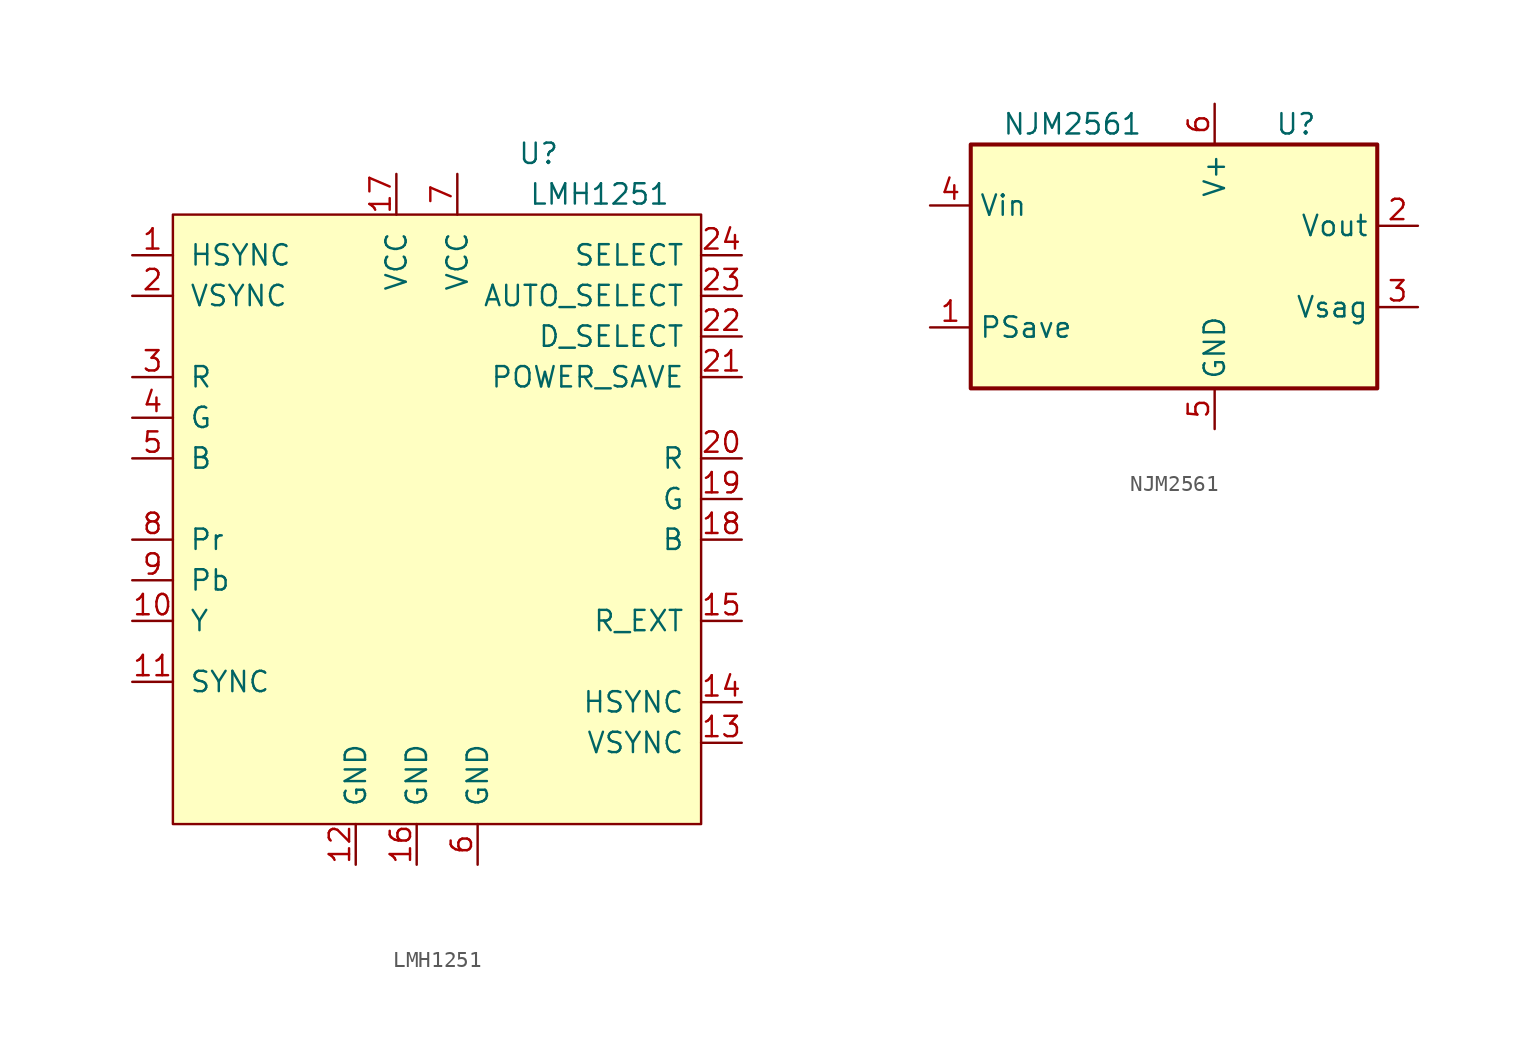
<source format=kicad_sym>
(kicad_symbol_lib
  (version 20220914)
  (generator kicad_symbol_editor)
  (symbol "LMH1251"
    (pin_names
      (offset 1.016))
    (property "Reference" "U"
      (at 6.35 11.43 0)
      (effects (font (size 1.27 1.27))))
    (property "Value" "LMH1251"
      (at 10.16 8.89 0)
      (effects (font (size 1.27 1.27))))
    (symbol "LMH1251_0_1"
      (rectangle (start -16.51 7.62) (end 16.51 -30.48) (stroke (width 0) (type default)) (fill (type background))))
    (symbol "LMH1251_1_1"
      (pin input line (at -19.05 5.08 0) (length 2.54) (name "HSYNC" (effects (font (size 1.27 1.27)))) (number "1" (effects (font (size 1.27 1.27)))))
      (pin input line (at -19.05 -17.78 0) (length 2.54) (name "Y" (effects (font (size 1.27 1.27)))) (number "10" (effects (font (size 1.27 1.27)))))
      (pin input line (at -19.05 -21.59 0) (length 2.54) (name "SYNC" (effects (font (size 1.27 1.27)))) (number "11" (effects (font (size 1.27 1.27)))))
      (pin power_in line (at -5.08 -33.02 90) (length 2.54) (name "GND" (effects (font (size 1.27 1.27)))) (number "12" (effects (font (size 1.27 1.27)))))
      (pin output line (at 19.05 -25.4 180) (length 2.54) (name "VSYNC" (effects (font (size 1.27 1.27)))) (number "13" (effects (font (size 1.27 1.27)))))
      (pin output line (at 19.05 -22.86 180) (length 2.54) (name "HSYNC" (effects (font (size 1.27 1.27)))) (number "14" (effects (font (size 1.27 1.27)))))
      (pin output line (at 19.05 -17.78 180) (length 2.54) (name "R_EXT" (effects (font (size 1.27 1.27)))) (number "15" (effects (font (size 1.27 1.27)))))
      (pin power_in line (at -1.27 -33.02 90) (length 2.54) (name "GND" (effects (font (size 1.27 1.27)))) (number "16" (effects (font (size 1.27 1.27)))))
      (pin power_in line (at -2.54 10.16 270) (length 2.54) (name "VCC" (effects (font (size 1.27 1.27)))) (number "17" (effects (font (size 1.27 1.27)))))
      (pin output line (at 19.05 -12.7 180) (length 2.54) (name "B" (effects (font (size 1.27 1.27)))) (number "18" (effects (font (size 1.27 1.27)))))
      (pin output line (at 19.05 -10.16 180) (length 2.54) (name "G" (effects (font (size 1.27 1.27)))) (number "19" (effects (font (size 1.27 1.27)))))
      (pin input line (at -19.05 2.54 0) (length 2.54) (name "VSYNC" (effects (font (size 1.27 1.27)))) (number "2" (effects (font (size 1.27 1.27)))))
      (pin output line (at 19.05 -7.62 180) (length 2.54) (name "R" (effects (font (size 1.27 1.27)))) (number "20" (effects (font (size 1.27 1.27)))))
      (pin input line (at 19.05 -2.54 180) (length 2.54) (name "POWER_SAVE" (effects (font (size 1.27 1.27)))) (number "21" (effects (font (size 1.27 1.27)))))
      (pin input line (at 19.05 0 180) (length 2.54) (name "D_SELECT" (effects (font (size 1.27 1.27)))) (number "22" (effects (font (size 1.27 1.27)))))
      (pin input line (at 19.05 2.54 180) (length 2.54) (name "AUTO_SELECT" (effects (font (size 1.27 1.27)))) (number "23" (effects (font (size 1.27 1.27)))))
      (pin input line (at 19.05 5.08 180) (length 2.54) (name "SELECT" (effects (font (size 1.27 1.27)))) (number "24" (effects (font (size 1.27 1.27)))))
      (pin input line (at -19.05 -2.54 0) (length 2.54) (name "R" (effects (font (size 1.27 1.27)))) (number "3" (effects (font (size 1.27 1.27)))))
      (pin input line (at -19.05 -5.08 0) (length 2.54) (name "G" (effects (font (size 1.27 1.27)))) (number "4" (effects (font (size 1.27 1.27)))))
      (pin input line (at -19.05 -7.62 0) (length 2.54) (name "B" (effects (font (size 1.27 1.27)))) (number "5" (effects (font (size 1.27 1.27)))))
      (pin power_in line (at 2.54 -33.02 90) (length 2.54) (name "GND" (effects (font (size 1.27 1.27)))) (number "6" (effects (font (size 1.27 1.27)))))
      (pin power_in line (at 1.27 10.16 270) (length 2.54) (name "VCC" (effects (font (size 1.27 1.27)))) (number "7" (effects (font (size 1.27 1.27)))))
      (pin input line (at -19.05 -12.7 0) (length 2.54) (name "Pr" (effects (font (size 1.27 1.27)))) (number "8" (effects (font (size 1.27 1.27)))))
      (pin input line (at -19.05 -15.24 0) (length 2.54) (name "Pb" (effects (font (size 1.27 1.27)))) (number "9" (effects (font (size 1.27 1.27)))))))
  (symbol "NJM2561"
    (property "Reference" "U"
      (at 7.62 8.89 0)
      (effects (font (size 1.27 1.27))))
    (property "Value" "NJM2561"
      (at -6.35 8.89 0)
      (effects (font (size 1.27 1.27))))
    (symbol "NJM2561_0_0"
      (rectangle (start -12.7 7.62) (end 12.7 -7.62) (stroke (width 0.254) (type default)) (fill (type background))))
    (symbol "NJM2561_1_1"
      (pin input line (at -15.24 -3.81 0) (length 2.54) (name "PSave" (effects (font (size 1.27 1.27)))) (number "1" (effects (font (size 1.27 1.27)))))
      (pin output line (at 15.24 2.54 180) (length 2.54) (name "Vout" (effects (font (size 1.27 1.27)))) (number "2" (effects (font (size 1.27 1.27)))))
      (pin output line (at 15.24 -2.54 180) (length 2.54) (name "Vsag" (effects (font (size 1.27 1.27)))) (number "3" (effects (font (size 1.27 1.27)))))
      (pin input line (at -15.24 3.81 0) (length 2.54) (name "Vin" (effects (font (size 1.27 1.27)))) (number "4" (effects (font (size 1.27 1.27)))))
      (pin power_in line (at 2.54 -10.16 90) (length 2.54) (name "GND" (effects (font (size 1.27 1.27)))) (number "5" (effects (font (size 1.27 1.27)))))
      (pin power_in line (at 2.54 10.16 270) (length 2.54) (name "V+" (effects (font (size 1.27 1.27)))) (number "6" (effects (font (size 1.27 1.27))))))))
</source>
